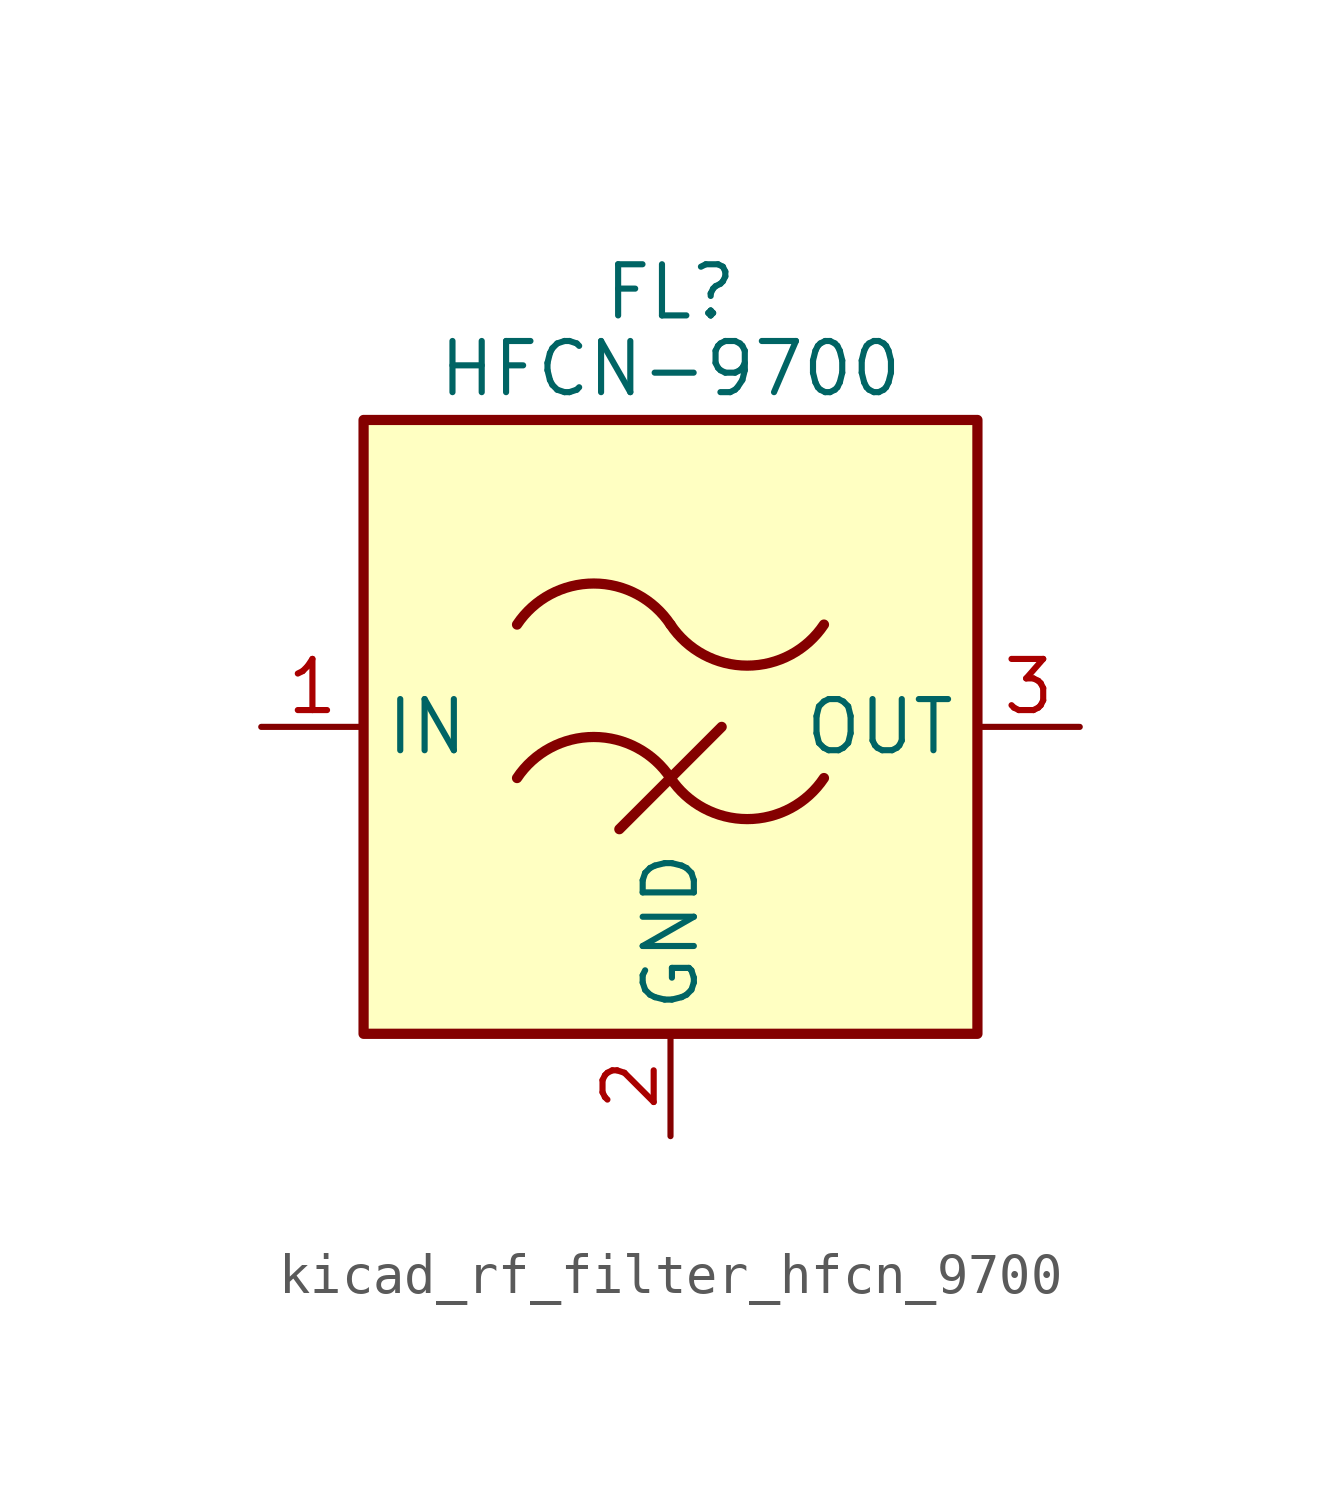
<source format=kicad_sym>
(kicad_symbol_lib
  (version 20220914)
  (generator kicad_symbol_editor)
  (symbol "kicad_rf_filter_hfcn_9700"
    (property "Reference" "FL"
      (at 0 10.795 0)
      (effects (font (size 1.27 1.27))))
    (property "Value" "HFCN-9700"
      (at 0 8.89 0)
      (effects (font (size 1.27 1.27))))
    (symbol "kicad_rf_filter_hfcn_9700_0_1"
      (rectangle (start -7.62 7.62) (end 7.62 -7.62) (stroke (width 0.254) (type default)) (fill (type background)))
      (arc (start 0 -1.27) (mid -1.905 -0.2505) (end -3.81 -1.27) (stroke (width 0.254) (type default)) (fill (type none)))
      (arc (start 0 -1.27) (mid 1.905 -2.2895) (end 3.81 -1.27) (stroke (width 0.254) (type default)) (fill (type none)))
      (polyline (pts (xy -1.27 -2.54) (xy 1.27 0)) (stroke (width 0.254) (type default)) (fill (type none)))
      (arc (start 0 2.54) (mid -1.905 3.5595) (end -3.81 2.54) (stroke (width 0.254) (type default)) (fill (type none)))
      (arc (start 0 2.54) (mid 1.905 1.5205) (end 3.81 2.54) (stroke (width 0.254) (type default)) (fill (type none))))
    (symbol "kicad_rf_filter_hfcn_9700_1_1"
      (pin passive line (at -10.16 0 0) (length 2.54) (name "IN" (effects (font (size 1.27 1.27)))) (number "1" (effects (font (size 1.27 1.27)))))
      (pin passive line (at 0 -10.16 90) (length 2.54) (name "GND" (effects (font (size 1.27 1.27)))) (number "2" (effects (font (size 1.27 1.27)))))
      (pin passive line (at 10.16 0 180) (length 2.54) (name "OUT" (effects (font (size 1.27 1.27)))) (number "3" (effects (font (size 1.27 1.27)))))
      (pin passive line (at 0 -10.16 90) (length 2.54) hide (name "GND" (effects (font (size 1.27 1.27)))) (number "4" (effects (font (size 1.27 1.27))))))))
</source>
